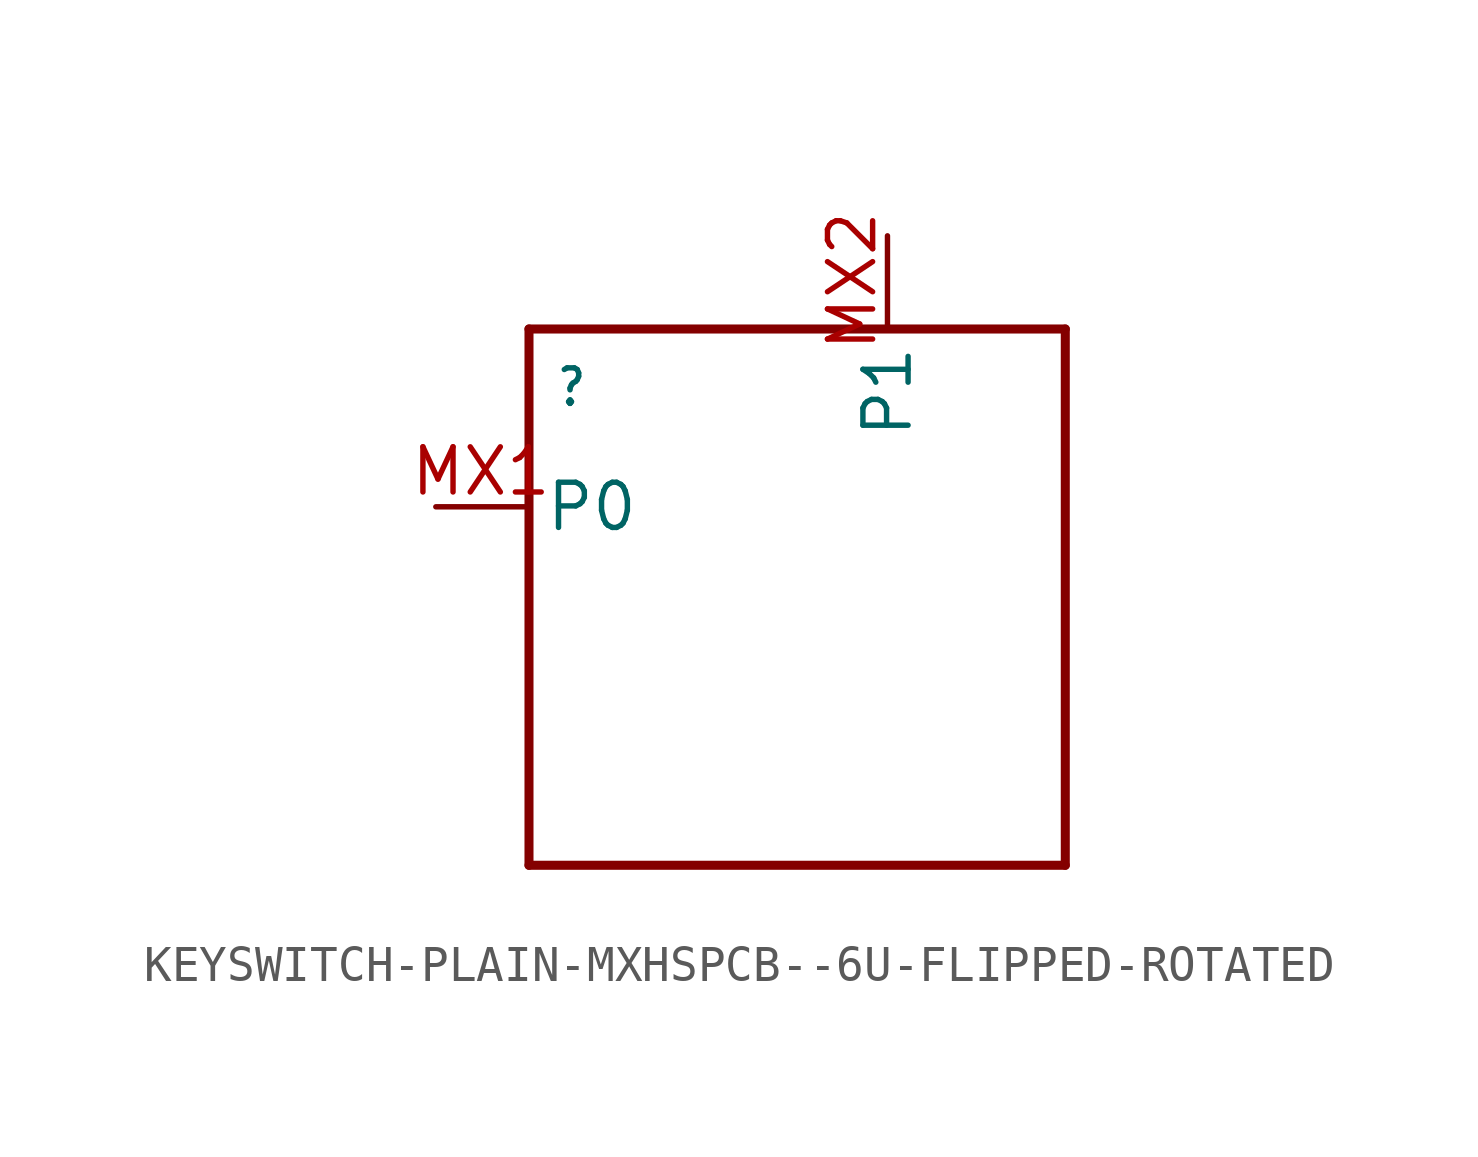
<source format=kicad_sym>
(kicad_symbol_lib
  (version 20211014)
  (generator kicad_symbol_editor)
  (symbol "KEYSWITCH-PLAIN-MXHSPCB--6U-FLIPPED-ROTATED"
    (property "Reference" ""
      (at -6.81 5.318 0)
      (effects (font (size 1 0.85)) (justify left bottom)))
    (property "ki_locked" ""
      (at 0 0 0)
      (effects (font (size 1.27 1.27))))
    (symbol "KEYSWITCH-PLAIN-MXHSPCB--6U-FLIPPED-ROTATED_1_0"
      (polyline (pts (xy -7.54 -7.54) (xy -7.54 7.54)) (stroke (width 0.254) (type default) (color 0 0 0 0)) (fill (type none)))
      (polyline (pts (xy -7.54 7.54) (xy 7.54 7.54)) (stroke (width 0.254) (type default) (color 0 0 0 0)) (fill (type none)))
      (polyline (pts (xy 7.54 -7.54) (xy -7.54 -7.54)) (stroke (width 0.254) (type default) (color 0 0 0 0)) (fill (type none)))
      (polyline (pts (xy 7.54 7.54) (xy 7.54 -7.54)) (stroke (width 0.254) (type default) (color 0 0 0 0)) (fill (type none)))
      (pin bidirectional line (at -10.16 2.54 0) (length 2.54) (name "P0" (effects (font (size 1.27 1.27)))) (number "MX1" (effects (font (size 1.27 1.27)))))
      (pin bidirectional line (at 2.54 10.16 270) (length 2.54) (name "P1" (effects (font (size 1.27 1.27)))) (number "MX2" (effects (font (size 1.27 1.27))))))))
</source>
